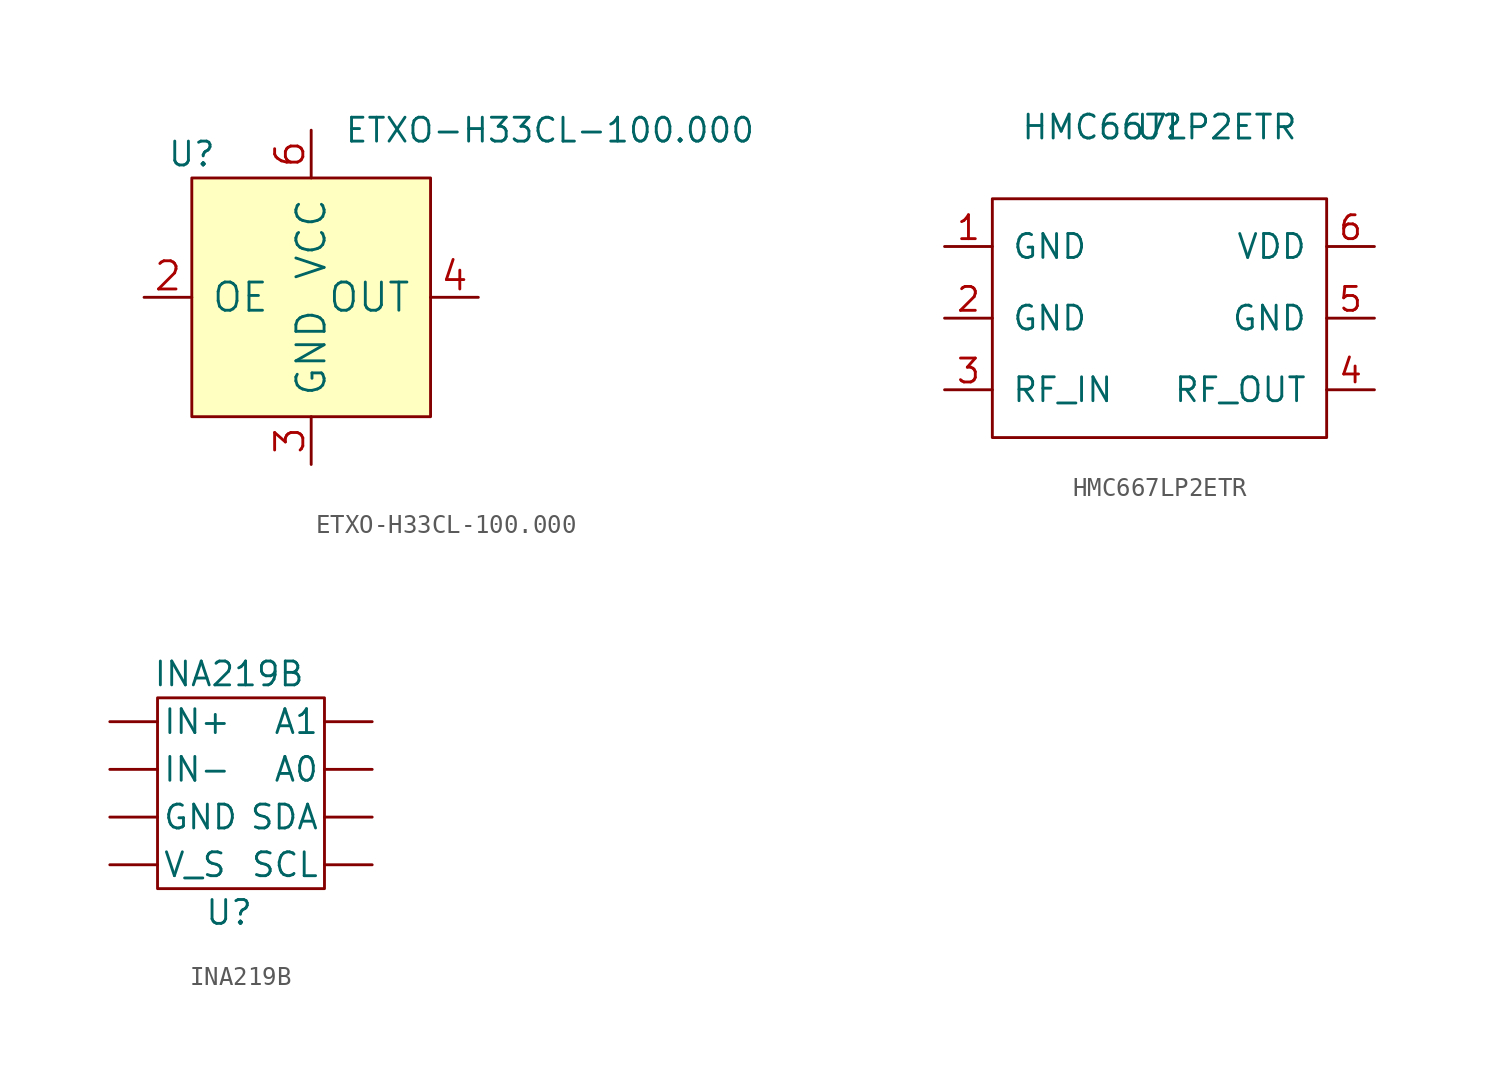
<source format=kicad_sym>
(kicad_symbol_lib
  (version 20211014)
  (generator kicad_symbol_editor)
  (symbol "ETXO-H33CL-100.000"
    (pin_names
      (offset 1.016))
    (property "Reference" "U"
      (at -6.35 7.62 0)
      (effects (font (size 1.27 1.27))))
    (property "Value" "ETXO-H33CL-100.000"
      (at 12.7 8.89 0)
      (effects (font (size 1.27 1.27))))
    (symbol "ETXO-H33CL-100.000_0_1"
      (rectangle (start -6.35 6.35) (end 6.35 -6.35) (stroke (width 0) (type default) (color 0 0 0 0)) (fill (type background))))
    (symbol "ETXO-H33CL-100.000_1_1"
      (pin no_connect line (at 3.81 -1.27 270) (length 2.54) hide (name "NC" (effects (font (size 1.499 1.499)))) (number "1" (effects (font (size 1.499 1.499)))))
      (pin input line (at -8.89 0 0) (length 2.54) (name "OE" (effects (font (size 1.499 1.499)))) (number "2" (effects (font (size 1.499 1.499)))))
      (pin input line (at 0 -8.89 90) (length 2.54) (name "GND" (effects (font (size 1.499 1.499)))) (number "3" (effects (font (size 1.499 1.499)))))
      (pin input line (at 8.89 0 180) (length 2.54) (name "OUT" (effects (font (size 1.499 1.499)))) (number "4" (effects (font (size 1.499 1.499)))))
      (pin no_connect line (at 2.54 -1.27 270) (length 2.54) hide (name "NC" (effects (font (size 1.499 1.499)))) (number "5" (effects (font (size 1.499 1.499)))))
      (pin input line (at 0 8.89 270) (length 2.54) (name "VCC" (effects (font (size 1.499 1.499)))) (number "6" (effects (font (size 1.499 1.499)))))))
  (symbol "HMC667LP2ETR"
    (pin_names
      (offset 1.016))
    (property "Reference" "U"
      (at 0 10.16 0)
      (effects (font (size 1.27 1.27))))
    (property "Value" "HMC667LP2ETR"
      (at 0 10.16 0)
      (effects (font (size 1.27 1.27))))
    (symbol "HMC667LP2ETR_1_1"
      (rectangle (start -8.89 6.35) (end 8.89 -6.35) (stroke (width 0) (type default) (color 0 0 0 0)) (fill (type none)))
      (pin output line (at -11.43 3.81 0) (length 2.54) (name "GND" (effects (font (size 1.27 1.27)))) (number "1" (effects (font (size 1.27 1.27)))))
      (pin output line (at -11.43 0 0) (length 2.54) (name "GND" (effects (font (size 1.27 1.27)))) (number "2" (effects (font (size 1.27 1.27)))))
      (pin input line (at -11.43 -3.81 0) (length 2.54) (name "RF_IN" (effects (font (size 1.27 1.27)))) (number "3" (effects (font (size 1.27 1.27)))))
      (pin output line (at 11.43 -3.81 180) (length 2.54) (name "RF_OUT" (effects (font (size 1.27 1.27)))) (number "4" (effects (font (size 1.27 1.27)))))
      (pin output line (at 11.43 0 180) (length 2.54) (name "GND" (effects (font (size 1.27 1.27)))) (number "5" (effects (font (size 1.27 1.27)))))
      (pin power_in line (at 11.43 3.81 180) (length 2.54) (name "VDD" (effects (font (size 1.27 1.27)))) (number "6" (effects (font (size 1.27 1.27)))))))
  (symbol "INA219B"
    (pin_numbers hide)
    (pin_names
      (offset 0.254))
    (property "Reference" "U"
      (at 3.81 -11.43 0)
      (effects (font (size 1.27 1.27))))
    (property "Value" "INA219B"
      (at 3.81 1.27 0)
      (effects (font (size 1.27 1.27))))
    (symbol "INA219B_0_1"
      (rectangle (start 0 0) (end 8.89 -10.16) (stroke (width 0) (type default) (color 0 0 0 0)) (fill (type none))))
    (symbol "INA219B_1_1"
      (pin input line (at -2.54 -1.27 0) (length 2.54) (name "IN+" (effects (font (size 1.27 1.27)))) (number "1" (effects (font (size 1.27 1.27)))))
      (pin input line (at -2.54 -3.81 0) (length 2.54) (name "IN-" (effects (font (size 1.27 1.27)))) (number "2" (effects (font (size 1.27 1.27)))))
      (pin power_in line (at -2.54 -6.35 0) (length 2.54) (name "GND" (effects (font (size 1.27 1.27)))) (number "3" (effects (font (size 1.27 1.27)))))
      (pin power_in line (at -2.54 -8.89 0) (length 2.54) (name "V_S" (effects (font (size 1.27 1.27)))) (number "4" (effects (font (size 1.27 1.27)))))
      (pin bidirectional line (at 11.43 -8.89 180) (length 2.54) (name "SCL" (effects (font (size 1.27 1.27)))) (number "5" (effects (font (size 1.27 1.27)))))
      (pin bidirectional line (at 11.43 -6.35 180) (length 2.54) (name "SDA" (effects (font (size 1.27 1.27)))) (number "6" (effects (font (size 1.27 1.27)))))
      (pin input line (at 11.43 -3.81 180) (length 2.54) (name "A0" (effects (font (size 1.27 1.27)))) (number "7" (effects (font (size 1.27 1.27)))))
      (pin input line (at 11.43 -1.27 180) (length 2.54) (name "A1" (effects (font (size 1.27 1.27)))) (number "8" (effects (font (size 1.27 1.27))))))))
</source>
